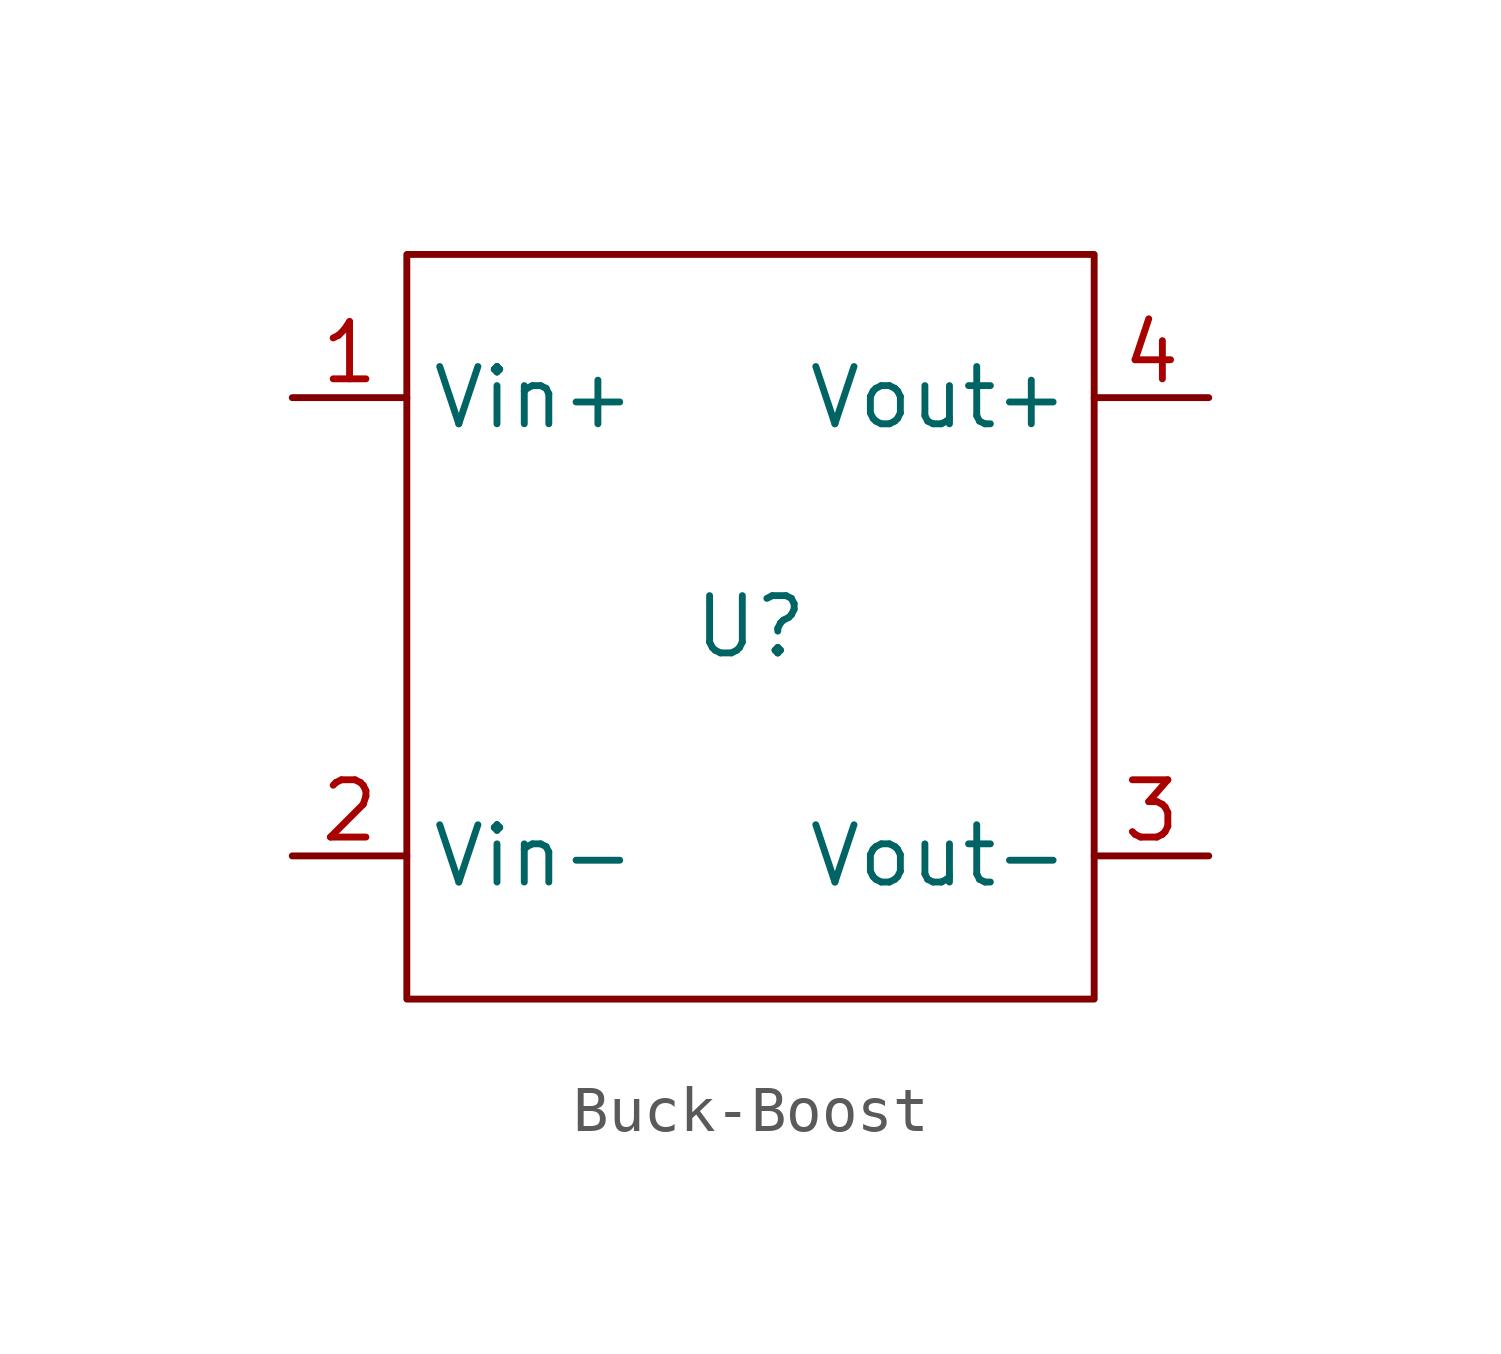
<source format=kicad_sym>
(kicad_symbol_lib
  (version 20241209)
  (generator "kicad_symbol_editor")
  (generator_version "9.0")
  (symbol "Buck-Boost"
    (property "Reference" "U"
      (at 0 0 0)
      (effects (font (size 1.27 1.27))))
    (property "Value" ""
      (at 0 0 0)
      (effects (font (size 1.27 1.27))))
    (symbol "Buck-Boost_1_1"
      (rectangle (start -7.62 8.255) (end 7.62 -8.255) (stroke (width 0) (type solid)) (fill (type none)))
      (pin input line (at -10.16 5.08 0) (length 2.54) (name "Vin+" (effects (font (size 1.27 1.27)))) (number "1" (effects (font (size 1.27 1.27)))))
      (pin input line (at -10.16 -5.08 0) (length 2.54) (name "Vin-" (effects (font (size 1.27 1.27)))) (number "2" (effects (font (size 1.27 1.27)))))
      (pin output line (at 10.16 5.08 180) (length 2.54) (name "Vout+" (effects (font (size 1.27 1.27)))) (number "4" (effects (font (size 1.27 1.27)))))
      (pin output line (at 10.16 -5.08 180) (length 2.54) (name "Vout-" (effects (font (size 1.27 1.27)))) (number "3" (effects (font (size 1.27 1.27))))))))
</source>
